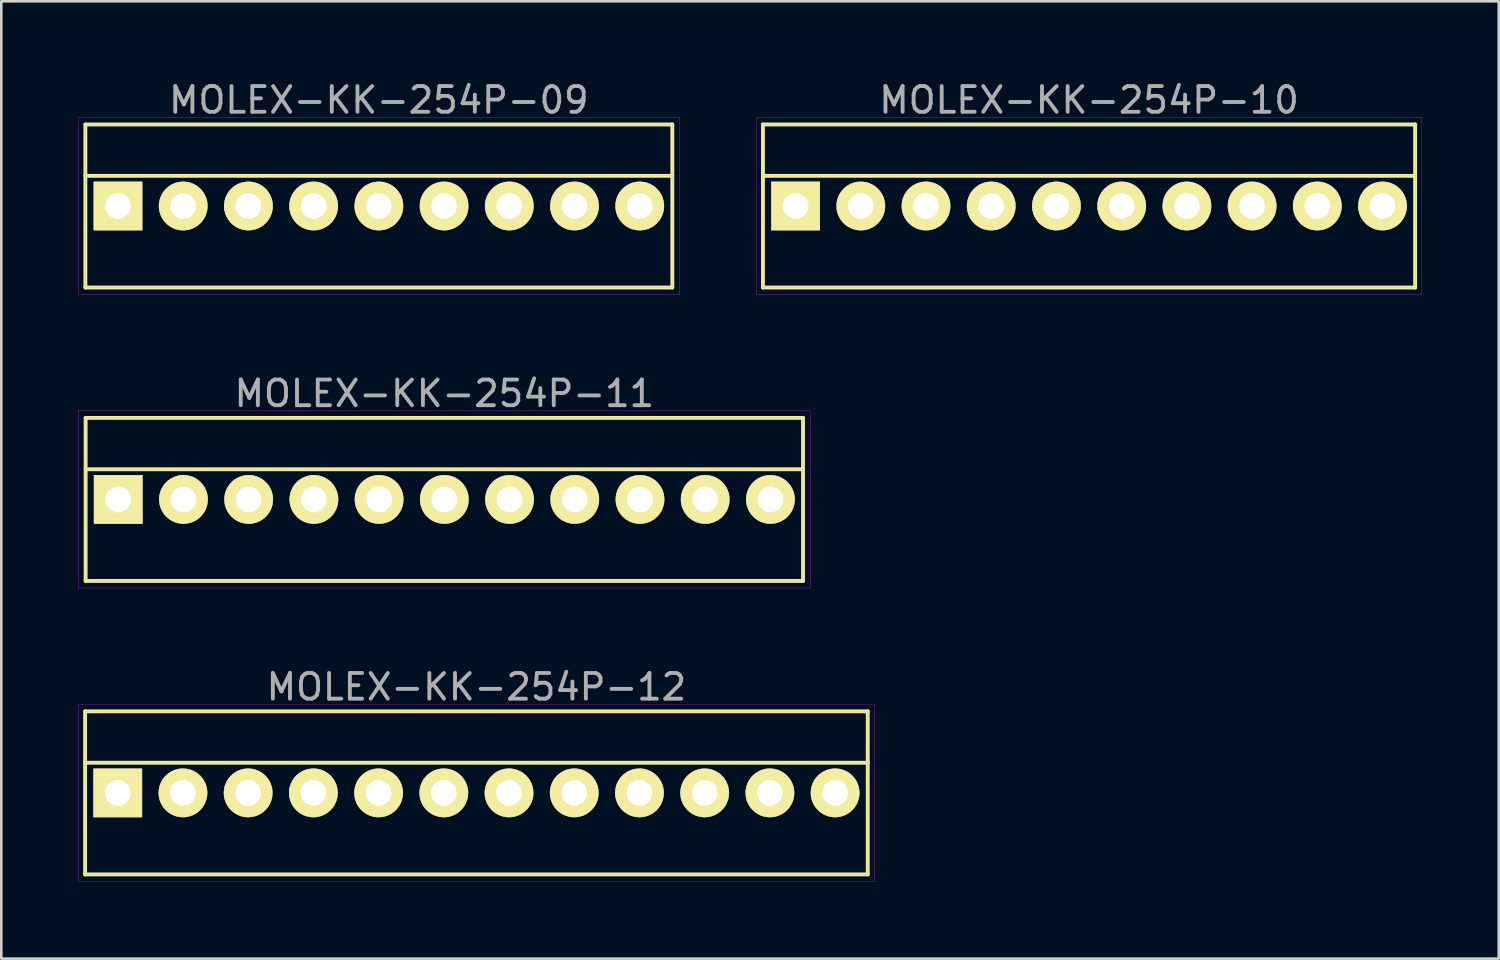
<source format=kicad_pcb>
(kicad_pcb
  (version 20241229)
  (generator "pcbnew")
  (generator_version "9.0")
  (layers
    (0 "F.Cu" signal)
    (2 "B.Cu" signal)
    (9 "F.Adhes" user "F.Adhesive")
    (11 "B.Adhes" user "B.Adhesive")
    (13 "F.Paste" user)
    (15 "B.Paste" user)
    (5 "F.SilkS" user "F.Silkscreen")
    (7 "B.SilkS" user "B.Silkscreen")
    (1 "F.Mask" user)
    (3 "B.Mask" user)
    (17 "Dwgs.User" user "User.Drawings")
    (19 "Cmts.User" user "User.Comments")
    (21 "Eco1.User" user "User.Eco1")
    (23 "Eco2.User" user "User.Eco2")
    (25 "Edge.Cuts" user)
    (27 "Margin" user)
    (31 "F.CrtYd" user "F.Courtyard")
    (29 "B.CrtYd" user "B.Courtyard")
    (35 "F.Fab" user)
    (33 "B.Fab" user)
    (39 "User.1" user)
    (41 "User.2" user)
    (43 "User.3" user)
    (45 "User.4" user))
  (footprint "MOLEX-KK-254P-12"
    (layer "F.Cu")
    (at 15.505 27.83)
    (property "Reference" "MOLEX-KK-254P-12" (at 0 -4.125 0) (layer "F.Fab") (effects (font (size 1 1) (thickness 0.15))))
    (attr through_hole)
    (fp_line (start -15.24 -3.175) (end 15.24 -3.175) (stroke (width 0.15) (type solid)) (layer "F.SilkS"))
    (fp_line (start -15.24 -1.175) (end 15.24 -1.175) (stroke (width 0.15) (type solid)) (layer "F.SilkS"))
    (fp_line (start -15.24 3.175) (end -15.24 -3.175) (stroke (width 0.15) (type solid)) (layer "F.SilkS"))
    (fp_line (start 15.24 -3.175) (end 15.24 3.175) (stroke (width 0.15) (type solid)) (layer "F.SilkS"))
    (fp_line (start 15.24 3.175) (end -15.24 3.175) (stroke (width 0.15) (type solid)) (layer "F.SilkS"))
    (fp_line (start -15.5 -3.45) (end 15.5 -3.45) (stroke (width 0.01) (type solid)) (layer "F.CrtYd"))
    (fp_line (start -15.5 3.45) (end -15.5 -3.45) (stroke (width 0.01) (type solid)) (layer "F.CrtYd"))
    (fp_line (start 15.5 -3.45) (end 15.5 3.45) (stroke (width 0.01) (type solid)) (layer "F.CrtYd"))
    (fp_line (start 15.5 3.45) (end -15.5 3.45) (stroke (width 0.01) (type solid)) (layer "F.CrtYd"))
    (fp_line (start -15.24 -3.175) (end 15.24 -3.175) (stroke (width 0.01) (type solid)) (layer "F.Fab"))
    (fp_line (start -15.24 -1.175) (end 15.24 -1.175) (stroke (width 0.01) (type solid)) (layer "F.Fab"))
    (fp_line (start -15.24 3.175) (end -15.24 -3.175) (stroke (width 0.01) (type solid)) (layer "F.Fab"))
    (fp_line (start 15.24 -3.175) (end 15.24 3.175) (stroke (width 0.01) (type solid)) (layer "F.Fab"))
    (fp_line (start 15.24 3.175) (end -15.24 3.175) (stroke (width 0.01) (type solid)) (layer "F.Fab"))
    (pad "1" thru_hole rect (at -13.97 0) (size 1.9 1.9) (drill 1) (layers "*.Cu" "*.Mask" "F.SilkS"))
    (pad "2" thru_hole circle (at -11.43 0) (size 1.9 1.9) (drill 1) (layers "*.Cu" "*.Mask" "F.SilkS"))
    (pad "3" thru_hole circle (at -8.89 0) (size 1.9 1.9) (drill 1) (layers "*.Cu" "*.Mask" "F.SilkS"))
    (pad "4" thru_hole circle (at -6.35 0) (size 1.9 1.9) (drill 1) (layers "*.Cu" "*.Mask" "F.SilkS"))
    (pad "5" thru_hole circle (at -3.81 0) (size 1.9 1.9) (drill 1) (layers "*.Cu" "*.Mask" "F.SilkS"))
    (pad "6" thru_hole circle (at -1.27 0) (size 1.9 1.9) (drill 1) (layers "*.Cu" "*.Mask" "F.SilkS"))
    (pad "7" thru_hole circle (at 1.27 0) (size 1.9 1.9) (drill 1) (layers "*.Cu" "*.Mask" "F.SilkS"))
    (pad "8" thru_hole circle (at 3.81 0) (size 1.9 1.9) (drill 1) (layers "*.Cu" "*.Mask" "F.SilkS"))
    (pad "9" thru_hole circle (at 6.35 0) (size 1.9 1.9) (drill 1) (layers "*.Cu" "*.Mask" "F.SilkS"))
    (pad "10" thru_hole circle (at 8.89 0) (size 1.9 1.9) (drill 1) (layers "*.Cu" "*.Mask" "F.SilkS"))
    (pad "11" thru_hole circle (at 11.43 0) (size 1.9 1.9) (drill 1) (layers "*.Cu" "*.Mask" "F.SilkS"))
    (pad "12" thru_hole circle (at 13.97 0) (size 1.9 1.9) (drill 1) (layers "*.Cu" "*.Mask" "F.SilkS")))
  (footprint "MOLEX-KK-254P-11"
    (layer "F.Cu")
    (at 14.255 16.401)
    (property "Reference" "MOLEX-KK-254P-11" (at 0 -4.125 0) (layer "F.Fab") (effects (font (size 1 1) (thickness 0.15))))
    (attr through_hole)
    (fp_line (start -13.97 -3.175) (end 13.97 -3.175) (stroke (width 0.15) (type solid)) (layer "F.SilkS"))
    (fp_line (start -13.97 -1.175) (end 13.97 -1.175) (stroke (width 0.15) (type solid)) (layer "F.SilkS"))
    (fp_line (start -13.97 3.175) (end -13.97 -3.175) (stroke (width 0.15) (type solid)) (layer "F.SilkS"))
    (fp_line (start 13.97 -3.175) (end 13.97 3.175) (stroke (width 0.15) (type solid)) (layer "F.SilkS"))
    (fp_line (start 13.97 3.175) (end -13.97 3.175) (stroke (width 0.15) (type solid)) (layer "F.SilkS"))
    (fp_line (start -14.25 -3.45) (end 14.25 -3.45) (stroke (width 0.01) (type solid)) (layer "F.CrtYd"))
    (fp_line (start -14.25 3.45) (end -14.25 -3.45) (stroke (width 0.01) (type solid)) (layer "F.CrtYd"))
    (fp_line (start 14.25 -3.45) (end 14.25 3.45) (stroke (width 0.01) (type solid)) (layer "F.CrtYd"))
    (fp_line (start 14.25 3.45) (end -14.25 3.45) (stroke (width 0.01) (type solid)) (layer "F.CrtYd"))
    (fp_line (start -13.97 -3.175) (end 13.97 -3.175) (stroke (width 0.01) (type solid)) (layer "F.Fab"))
    (fp_line (start -13.97 -1.175) (end 13.97 -1.175) (stroke (width 0.01) (type solid)) (layer "F.Fab"))
    (fp_line (start -13.97 3.175) (end -13.97 -3.175) (stroke (width 0.01) (type solid)) (layer "F.Fab"))
    (fp_line (start 13.97 -3.175) (end 13.97 3.175) (stroke (width 0.01) (type solid)) (layer "F.Fab"))
    (fp_line (start 13.97 3.175) (end -13.97 3.175) (stroke (width 0.01) (type solid)) (layer "F.Fab"))
    (pad "1" thru_hole rect (at -12.7 0) (size 1.9 1.9) (drill 1) (layers "*.Cu" "*.Mask" "F.SilkS"))
    (pad "2" thru_hole circle (at -10.16 0) (size 1.9 1.9) (drill 1) (layers "*.Cu" "*.Mask" "F.SilkS"))
    (pad "3" thru_hole circle (at -7.62 0) (size 1.9 1.9) (drill 1) (layers "*.Cu" "*.Mask" "F.SilkS"))
    (pad "4" thru_hole circle (at -5.08 0) (size 1.9 1.9) (drill 1) (layers "*.Cu" "*.Mask" "F.SilkS"))
    (pad "5" thru_hole circle (at -2.54 0) (size 1.9 1.9) (drill 1) (layers "*.Cu" "*.Mask" "F.SilkS"))
    (pad "6" thru_hole circle (at 0 0) (size 1.9 1.9) (drill 1) (layers "*.Cu" "*.Mask" "F.SilkS"))
    (pad "7" thru_hole circle (at 2.54 0) (size 1.9 1.9) (drill 1) (layers "*.Cu" "*.Mask" "F.SilkS"))
    (pad "8" thru_hole circle (at 5.08 0) (size 1.9 1.9) (drill 1) (layers "*.Cu" "*.Mask" "F.SilkS"))
    (pad "9" thru_hole circle (at 7.62 0) (size 1.9 1.9) (drill 1) (layers "*.Cu" "*.Mask" "F.SilkS"))
    (pad "10" thru_hole circle (at 10.16 0) (size 1.9 1.9) (drill 1) (layers "*.Cu" "*.Mask" "F.SilkS"))
    (pad "11" thru_hole circle (at 12.7 0) (size 1.9 1.9) (drill 1) (layers "*.Cu" "*.Mask" "F.SilkS")))
  (footprint "MOLEX-KK-254P-09"
    (layer "F.Cu")
    (at 11.705 4.973)
    (property "Reference" "MOLEX-KK-254P-09" (at 0 -4.125 0) (layer "F.Fab") (effects (font (size 1 1) (thickness 0.15))))
    (attr through_hole)
    (fp_line (start -11.43 -3.175) (end 11.43 -3.175) (stroke (width 0.15) (type solid)) (layer "F.SilkS"))
    (fp_line (start -11.43 -1.175) (end 11.43 -1.175) (stroke (width 0.15) (type solid)) (layer "F.SilkS"))
    (fp_line (start -11.43 3.175) (end -11.43 -3.175) (stroke (width 0.15) (type solid)) (layer "F.SilkS"))
    (fp_line (start 11.43 -3.175) (end 11.43 3.175) (stroke (width 0.15) (type solid)) (layer "F.SilkS"))
    (fp_line (start 11.43 3.175) (end -11.43 3.175) (stroke (width 0.15) (type solid)) (layer "F.SilkS"))
    (fp_line (start -11.7 -3.45) (end 11.7 -3.45) (stroke (width 0.01) (type solid)) (layer "F.CrtYd"))
    (fp_line (start -11.7 3.45) (end -11.7 -3.45) (stroke (width 0.01) (type solid)) (layer "F.CrtYd"))
    (fp_line (start 11.7 -3.45) (end 11.7 3.45) (stroke (width 0.01) (type solid)) (layer "F.CrtYd"))
    (fp_line (start 11.7 3.45) (end -11.7 3.45) (stroke (width 0.01) (type solid)) (layer "F.CrtYd"))
    (fp_line (start -11.43 -3.175) (end 11.43 -3.175) (stroke (width 0.01) (type solid)) (layer "F.Fab"))
    (fp_line (start -11.43 -1.175) (end 11.43 -1.175) (stroke (width 0.01) (type solid)) (layer "F.Fab"))
    (fp_line (start -11.43 3.175) (end -11.43 -3.175) (stroke (width 0.01) (type solid)) (layer "F.Fab"))
    (fp_line (start 11.43 -3.175) (end 11.43 3.175) (stroke (width 0.01) (type solid)) (layer "F.Fab"))
    (fp_line (start 11.43 3.175) (end -11.43 3.175) (stroke (width 0.01) (type solid)) (layer "F.Fab"))
    (pad "1" thru_hole rect (at -10.16 0) (size 1.9 1.9) (drill 1) (layers "*.Cu" "*.Mask" "F.SilkS"))
    (pad "2" thru_hole circle (at -7.62 0) (size 1.9 1.9) (drill 1) (layers "*.Cu" "*.Mask" "F.SilkS"))
    (pad "3" thru_hole circle (at -5.08 0) (size 1.9 1.9) (drill 1) (layers "*.Cu" "*.Mask" "F.SilkS"))
    (pad "4" thru_hole circle (at -2.54 0) (size 1.9 1.9) (drill 1) (layers "*.Cu" "*.Mask" "F.SilkS"))
    (pad "5" thru_hole circle (at 0 0) (size 1.9 1.9) (drill 1) (layers "*.Cu" "*.Mask" "F.SilkS"))
    (pad "6" thru_hole circle (at 2.54 0) (size 1.9 1.9) (drill 1) (layers "*.Cu" "*.Mask" "F.SilkS"))
    (pad "7" thru_hole circle (at 5.08 0) (size 1.9 1.9) (drill 1) (layers "*.Cu" "*.Mask" "F.SilkS"))
    (pad "8" thru_hole circle (at 7.62 0) (size 1.9 1.9) (drill 1) (layers "*.Cu" "*.Mask" "F.SilkS"))
    (pad "9" thru_hole circle (at 10.16 0) (size 1.9 1.9) (drill 1) (layers "*.Cu" "*.Mask" "F.SilkS")))
  (footprint "MOLEX-KK-254P-10"
    (layer "F.Cu")
    (at 39.365 4.973)
    (property "Reference" "MOLEX-KK-254P-10" (at 0 -4.125 0) (layer "F.Fab") (effects (font (size 1 1) (thickness 0.15))))
    (attr through_hole)
    (fp_line (start -12.7 -3.175) (end 12.7 -3.175) (stroke (width 0.15) (type solid)) (layer "F.SilkS"))
    (fp_line (start -12.7 -1.175) (end 12.7 -1.175) (stroke (width 0.15) (type solid)) (layer "F.SilkS"))
    (fp_line (start -12.7 3.175) (end -12.7 -3.175) (stroke (width 0.15) (type solid)) (layer "F.SilkS"))
    (fp_line (start 12.7 -3.175) (end 12.7 3.175) (stroke (width 0.15) (type solid)) (layer "F.SilkS"))
    (fp_line (start 12.7 3.175) (end -12.7 3.175) (stroke (width 0.15) (type solid)) (layer "F.SilkS"))
    (fp_line (start -12.95 -3.45) (end 12.95 -3.45) (stroke (width 0.01) (type solid)) (layer "F.CrtYd"))
    (fp_line (start -12.95 3.45) (end -12.95 -3.45) (stroke (width 0.01) (type solid)) (layer "F.CrtYd"))
    (fp_line (start 12.95 -3.45) (end 12.95 3.45) (stroke (width 0.01) (type solid)) (layer "F.CrtYd"))
    (fp_line (start 12.95 3.45) (end -12.95 3.45) (stroke (width 0.01) (type solid)) (layer "F.CrtYd"))
    (fp_line (start -12.7 -3.175) (end 12.7 -3.175) (stroke (width 0.01) (type solid)) (layer "F.Fab"))
    (fp_line (start -12.7 -1.175) (end 12.7 -1.175) (stroke (width 0.01) (type solid)) (layer "F.Fab"))
    (fp_line (start -12.7 3.175) (end -12.7 -3.175) (stroke (width 0.01) (type solid)) (layer "F.Fab"))
    (fp_line (start 12.7 -3.175) (end 12.7 3.175) (stroke (width 0.01) (type solid)) (layer "F.Fab"))
    (fp_line (start 12.7 3.175) (end -12.7 3.175) (stroke (width 0.01) (type solid)) (layer "F.Fab"))
    (pad "1" thru_hole rect (at -11.43 0) (size 1.9 1.9) (drill 1) (layers "*.Cu" "*.Mask" "F.SilkS"))
    (pad "2" thru_hole circle (at -8.89 0) (size 1.9 1.9) (drill 1) (layers "*.Cu" "*.Mask" "F.SilkS"))
    (pad "3" thru_hole circle (at -6.35 0) (size 1.9 1.9) (drill 1) (layers "*.Cu" "*.Mask" "F.SilkS"))
    (pad "4" thru_hole circle (at -3.81 0) (size 1.9 1.9) (drill 1) (layers "*.Cu" "*.Mask" "F.SilkS"))
    (pad "5" thru_hole circle (at -1.27 0) (size 1.9 1.9) (drill 1) (layers "*.Cu" "*.Mask" "F.SilkS"))
    (pad "6" thru_hole circle (at 1.27 0) (size 1.9 1.9) (drill 1) (layers "*.Cu" "*.Mask" "F.SilkS"))
    (pad "7" thru_hole circle (at 3.81 0) (size 1.9 1.9) (drill 1) (layers "*.Cu" "*.Mask" "F.SilkS"))
    (pad "8" thru_hole circle (at 6.35 0) (size 1.9 1.9) (drill 1) (layers "*.Cu" "*.Mask" "F.SilkS"))
    (pad "9" thru_hole circle (at 8.89 0) (size 1.9 1.9) (drill 1) (layers "*.Cu" "*.Mask" "F.SilkS"))
    (pad "10" thru_hole circle (at 11.43 0) (size 1.9 1.9) (drill 1) (layers "*.Cu" "*.Mask" "F.SilkS")))
  (gr_rect
    (start -3 -3)
    (end 55.32 34.285)
    (stroke (width 0.1) (type default))
    (fill no)
    (layer "Edge.Cuts")))
</source>
